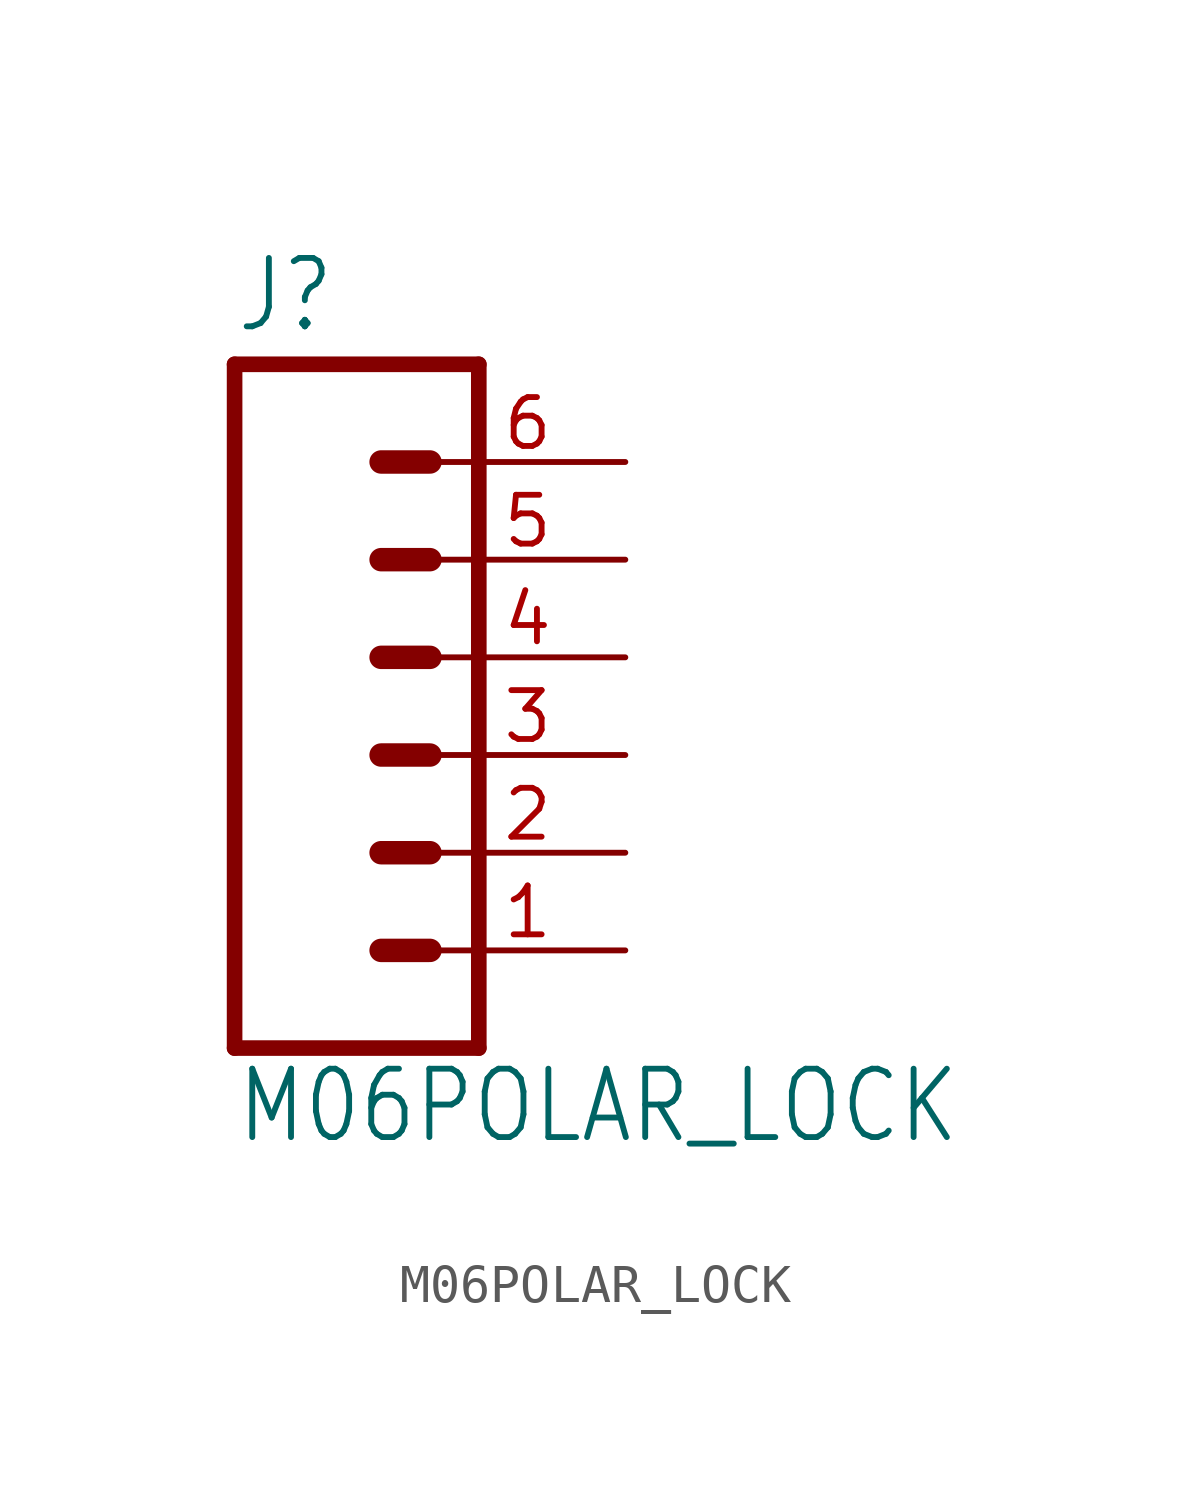
<source format=kicad_sym>
(kicad_symbol_lib
  (version 20220914)
  (generator kicad_symbol_editor)
  (symbol "M06POLAR_LOCK"
    (property "Reference" "J"
      (at -5.08 10.922 0)
      (effects (font (size 1.778 1.511)) (justify left bottom)))
    (property "Value" "M06POLAR_LOCK"
      (at -5.08 -10.16 0)
      (effects (font (size 1.778 1.511)) (justify left bottom)))
    (property "ki_locked" ""
      (at 0 0 0)
      (effects (font (size 1.27 1.27))))
    (symbol "M06POLAR_LOCK_1_0"
      (polyline (pts (xy -5.08 10.16) (xy -5.08 -7.62)) (stroke (width 0.406) (type default)) (fill (type none)))
      (polyline (pts (xy -5.08 10.16) (xy 1.27 10.16)) (stroke (width 0.406) (type default)) (fill (type none)))
      (polyline (pts (xy -1.27 -5.08) (xy 0 -5.08)) (stroke (width 0.61) (type default)) (fill (type none)))
      (polyline (pts (xy -1.27 -2.54) (xy 0 -2.54)) (stroke (width 0.61) (type default)) (fill (type none)))
      (polyline (pts (xy -1.27 0) (xy 0 0)) (stroke (width 0.61) (type default)) (fill (type none)))
      (polyline (pts (xy -1.27 2.54) (xy 0 2.54)) (stroke (width 0.61) (type default)) (fill (type none)))
      (polyline (pts (xy -1.27 5.08) (xy 0 5.08)) (stroke (width 0.61) (type default)) (fill (type none)))
      (polyline (pts (xy -1.27 7.62) (xy 0 7.62)) (stroke (width 0.61) (type default)) (fill (type none)))
      (polyline (pts (xy 1.27 -7.62) (xy -5.08 -7.62)) (stroke (width 0.406) (type default)) (fill (type none)))
      (polyline (pts (xy 1.27 -7.62) (xy 1.27 10.16)) (stroke (width 0.406) (type default)) (fill (type none)))
      (pin passive line (at 5.08 -5.08 180) (length 5.08) (name "1" (effects (font (size 0 0)))) (number "1" (effects (font (size 1.27 1.27)))))
      (pin passive line (at 5.08 -2.54 180) (length 5.08) (name "2" (effects (font (size 0 0)))) (number "2" (effects (font (size 1.27 1.27)))))
      (pin passive line (at 5.08 0 180) (length 5.08) (name "3" (effects (font (size 0 0)))) (number "3" (effects (font (size 1.27 1.27)))))
      (pin passive line (at 5.08 2.54 180) (length 5.08) (name "4" (effects (font (size 0 0)))) (number "4" (effects (font (size 1.27 1.27)))))
      (pin passive line (at 5.08 5.08 180) (length 5.08) (name "5" (effects (font (size 0 0)))) (number "5" (effects (font (size 1.27 1.27)))))
      (pin passive line (at 5.08 7.62 180) (length 5.08) (name "6" (effects (font (size 0 0)))) (number "6" (effects (font (size 1.27 1.27))))))))
</source>
